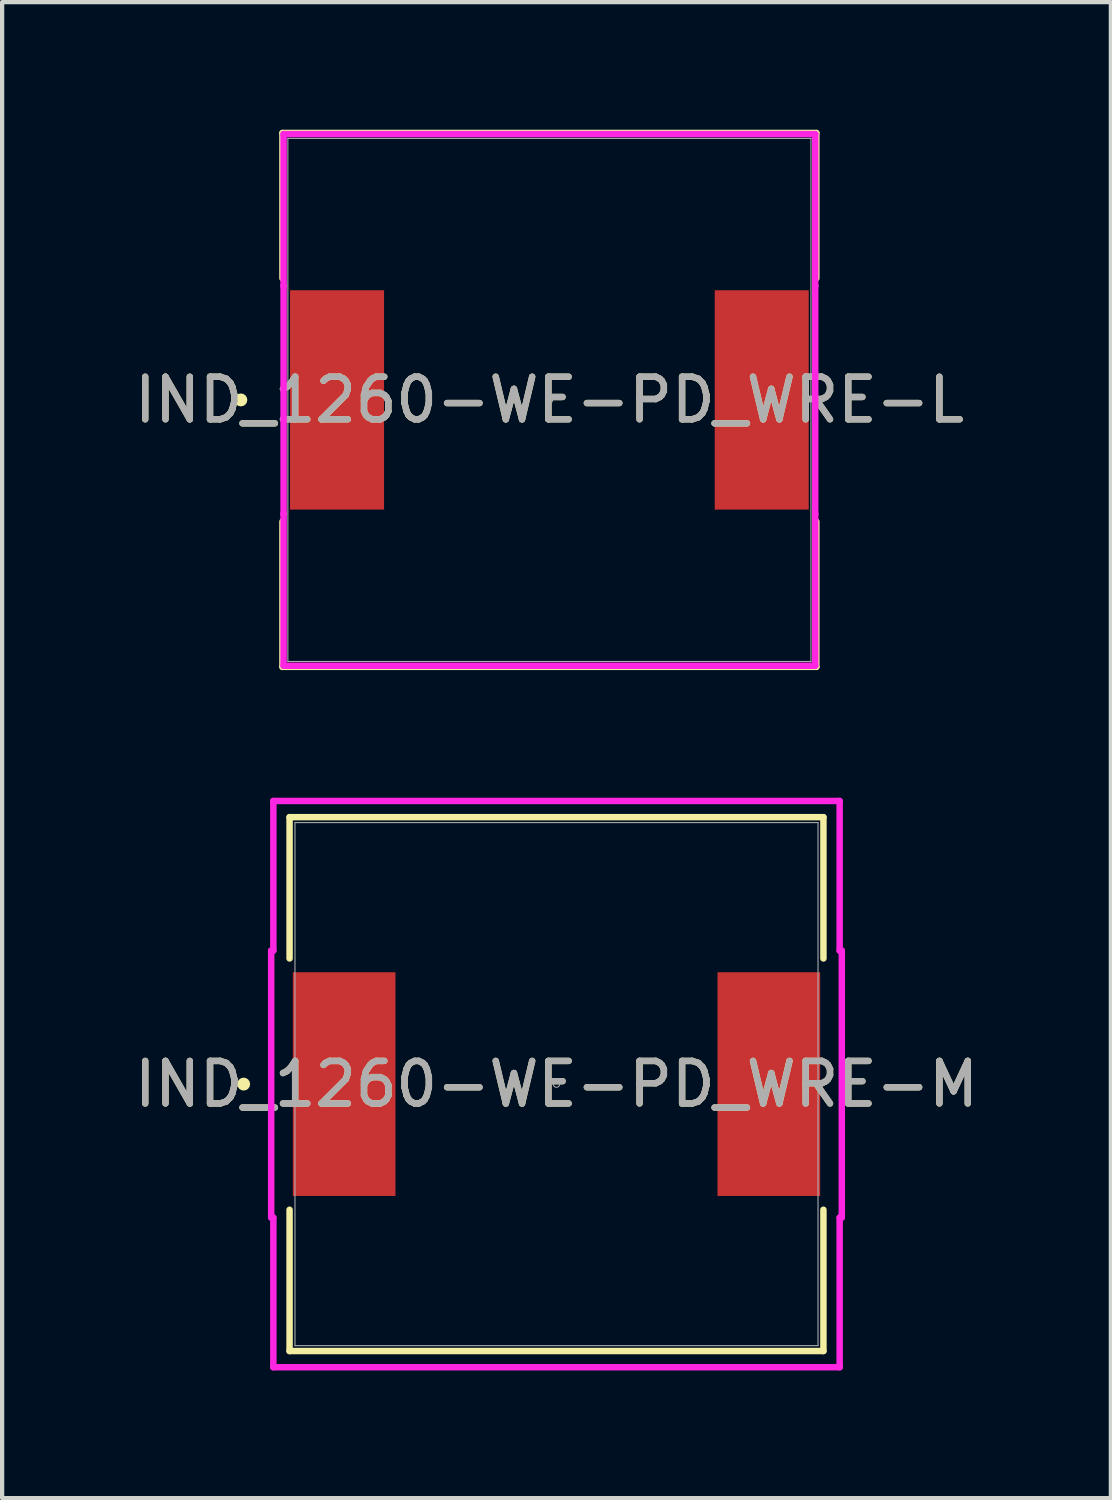
<source format=kicad_pcb>
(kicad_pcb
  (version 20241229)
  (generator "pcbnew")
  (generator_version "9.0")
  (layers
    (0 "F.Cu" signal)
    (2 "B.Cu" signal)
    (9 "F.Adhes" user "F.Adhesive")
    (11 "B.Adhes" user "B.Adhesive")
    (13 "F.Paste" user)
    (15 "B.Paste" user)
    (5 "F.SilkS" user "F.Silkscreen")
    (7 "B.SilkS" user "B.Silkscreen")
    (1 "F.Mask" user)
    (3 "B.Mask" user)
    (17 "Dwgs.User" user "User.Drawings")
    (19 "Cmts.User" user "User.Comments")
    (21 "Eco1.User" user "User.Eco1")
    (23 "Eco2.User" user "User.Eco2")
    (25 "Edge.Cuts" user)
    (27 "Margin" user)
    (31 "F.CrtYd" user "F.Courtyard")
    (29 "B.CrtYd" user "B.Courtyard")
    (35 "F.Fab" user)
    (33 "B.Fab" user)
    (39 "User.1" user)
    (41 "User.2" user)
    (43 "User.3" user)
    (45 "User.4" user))
  (footprint "IND_1260-WE-PD_WRE-L"
    (layer "F.Cu")
    (at 9.863 6.35)
    (property "Reference" "IND_1260-WE-PD_WRE-L" (at 0 0 0) (unlocked yes) (layer "F.SilkS") (effects (font (size 1 1) (thickness 0.15))))
    (attr smd)
    (fp_line (start -6.274 -6.274) (end -6.274 -2.859) (stroke (width 0.152) (type solid)) (layer "F.SilkS"))
    (fp_line (start -6.274 2.859) (end -6.274 6.274) (stroke (width 0.152) (type solid)) (layer "F.SilkS"))
    (fp_line (start -6.274 6.274) (end 6.274 6.274) (stroke (width 0.152) (type solid)) (layer "F.SilkS"))
    (fp_line (start 6.274 -6.274) (end -6.274 -6.274) (stroke (width 0.152) (type solid)) (layer "F.SilkS"))
    (fp_line (start 6.274 -2.859) (end 6.274 -6.274) (stroke (width 0.152) (type solid)) (layer "F.SilkS"))
    (fp_line (start 6.274 6.274) (end 6.274 2.859) (stroke (width 0.152) (type solid)) (layer "F.SilkS"))
    (fp_circle (center -7.252 0) (end -7.176 0) (stroke (width 0.152) (type solid)) (fill no) (layer "F.SilkS"))
    (fp_line (start -6.248 -6.248) (end 6.248 -6.248) (stroke (width 0.152) (type solid)) (layer "F.CrtYd"))
    (fp_line (start -6.248 -2.68) (end -6.248 -6.248) (stroke (width 0.152) (type solid)) (layer "F.CrtYd"))
    (fp_line (start -6.248 -2.68) (end -6.248 -2.68) (stroke (width 0.152) (type solid)) (layer "F.CrtYd"))
    (fp_line (start -6.248 2.68) (end -6.248 -2.68) (stroke (width 0.152) (type solid)) (layer "F.CrtYd"))
    (fp_line (start -6.248 2.68) (end -6.248 2.68) (stroke (width 0.152) (type solid)) (layer "F.CrtYd"))
    (fp_line (start -6.248 6.248) (end -6.248 2.68) (stroke (width 0.152) (type solid)) (layer "F.CrtYd"))
    (fp_line (start 6.248 -6.248) (end 6.248 -2.68) (stroke (width 0.152) (type solid)) (layer "F.CrtYd"))
    (fp_line (start 6.248 -2.68) (end 6.248 -2.68) (stroke (width 0.152) (type solid)) (layer "F.CrtYd"))
    (fp_line (start 6.248 -2.68) (end 6.248 2.68) (stroke (width 0.152) (type solid)) (layer "F.CrtYd"))
    (fp_line (start 6.248 2.68) (end 6.248 2.68) (stroke (width 0.152) (type solid)) (layer "F.CrtYd"))
    (fp_line (start 6.248 2.68) (end 6.248 6.248) (stroke (width 0.152) (type solid)) (layer "F.CrtYd"))
    (fp_line (start 6.248 6.248) (end -6.248 6.248) (stroke (width 0.152) (type solid)) (layer "F.CrtYd"))
    (fp_line (start -6.147 -6.147) (end -6.147 6.147) (stroke (width 0.025) (type solid)) (layer "F.Fab"))
    (fp_line (start -6.147 6.147) (end 6.147 6.147) (stroke (width 0.025) (type solid)) (layer "F.Fab"))
    (fp_line (start 6.147 -6.147) (end -6.147 -6.147) (stroke (width 0.025) (type solid)) (layer "F.Fab"))
    (fp_line (start 6.147 6.147) (end 6.147 -6.147) (stroke (width 0.025) (type solid)) (layer "F.Fab"))
    (fp_circle (center 0 0) (end 0.076 0) (stroke (width 0.025) (type solid)) (fill no) (layer "F.Fab"))
    (fp_text user "${REFERENCE}" (at 0 0 0) (unlocked yes) (layer "F.Fab") (effects (font (size 1 1) (thickness 0.15))))
    (pad "1" smd rect (at -4.991 0) (size 2.21 5.156) (layers "F.Cu" "F.Mask" "F.Paste"))
    (pad "2" smd rect (at 4.991 0) (size 2.21 5.156) (layers "F.Cu" "F.Mask" "F.Paste")))
  (footprint "IND_1260-WE-PD_WRE-M"
    (layer "F.Cu")
    (at 10.03 22.431)
    (property "Reference" "IND_1260-WE-PD_WRE-M" (at 0 0 0) (unlocked yes) (layer "F.SilkS") (effects (font (size 1 1) (thickness 0.15))))
    (attr smd)
    (fp_line (start -6.274 -6.274) (end -6.274 -2.953) (stroke (width 0.152) (type solid)) (layer "F.SilkS"))
    (fp_line (start -6.274 2.953) (end -6.274 6.274) (stroke (width 0.152) (type solid)) (layer "F.SilkS"))
    (fp_line (start -6.274 6.274) (end 6.274 6.274) (stroke (width 0.152) (type solid)) (layer "F.SilkS"))
    (fp_line (start 6.274 -6.274) (end -6.274 -6.274) (stroke (width 0.152) (type solid)) (layer "F.SilkS"))
    (fp_line (start 6.274 -2.953) (end 6.274 -6.274) (stroke (width 0.152) (type solid)) (layer "F.SilkS"))
    (fp_line (start 6.274 6.274) (end 6.274 2.953) (stroke (width 0.152) (type solid)) (layer "F.SilkS"))
    (fp_circle (center -7.353 0) (end -7.277 0) (stroke (width 0.152) (type solid)) (fill no) (layer "F.SilkS"))
    (fp_line (start -6.706 -3.137) (end -6.655 -3.137) (stroke (width 0.152) (type solid)) (layer "F.CrtYd"))
    (fp_line (start -6.706 3.137) (end -6.706 -3.137) (stroke (width 0.152) (type solid)) (layer "F.CrtYd"))
    (fp_line (start -6.706 3.137) (end -6.655 3.137) (stroke (width 0.152) (type solid)) (layer "F.CrtYd"))
    (fp_line (start -6.655 -6.655) (end 6.655 -6.655) (stroke (width 0.152) (type solid)) (layer "F.CrtYd"))
    (fp_line (start -6.655 -3.137) (end -6.655 -6.655) (stroke (width 0.152) (type solid)) (layer "F.CrtYd"))
    (fp_line (start -6.655 6.655) (end -6.655 3.137) (stroke (width 0.152) (type solid)) (layer "F.CrtYd"))
    (fp_line (start 6.655 -6.655) (end 6.655 -3.137) (stroke (width 0.152) (type solid)) (layer "F.CrtYd"))
    (fp_line (start 6.655 3.137) (end 6.655 6.655) (stroke (width 0.152) (type solid)) (layer "F.CrtYd"))
    (fp_line (start 6.655 6.655) (end -6.655 6.655) (stroke (width 0.152) (type solid)) (layer "F.CrtYd"))
    (fp_line (start 6.706 -3.137) (end 6.655 -3.137) (stroke (width 0.152) (type solid)) (layer "F.CrtYd"))
    (fp_line (start 6.706 -3.137) (end 6.706 3.137) (stroke (width 0.152) (type solid)) (layer "F.CrtYd"))
    (fp_line (start 6.706 3.137) (end 6.655 3.137) (stroke (width 0.152) (type solid)) (layer "F.CrtYd"))
    (fp_line (start -6.147 -6.147) (end -6.147 6.147) (stroke (width 0.025) (type solid)) (layer "F.Fab"))
    (fp_line (start -6.147 6.147) (end 6.147 6.147) (stroke (width 0.025) (type solid)) (layer "F.Fab"))
    (fp_line (start 6.147 -6.147) (end -6.147 -6.147) (stroke (width 0.025) (type solid)) (layer "F.Fab"))
    (fp_line (start 6.147 6.147) (end 6.147 -6.147) (stroke (width 0.025) (type solid)) (layer "F.Fab"))
    (fp_circle (center 0 0) (end 0.076 0) (stroke (width 0.025) (type solid)) (fill no) (layer "F.Fab"))
    (fp_text user "${REFERENCE}" (at 0 0 0) (unlocked yes) (layer "F.Fab") (effects (font (size 1 1) (thickness 0.15))))
    (pad "1" smd rect (at -4.991 0) (size 2.413 5.258) (layers "F.Cu" "F.Mask" "F.Paste"))
    (pad "2" smd rect (at 4.991 0) (size 2.413 5.258) (layers "F.Cu" "F.Mask" "F.Paste")))
  (gr_rect
    (start -3 -3)
    (end 23.06 32.162)
    (stroke (width 0.1) (type default))
    (fill no)
    (layer "Edge.Cuts")))
</source>
